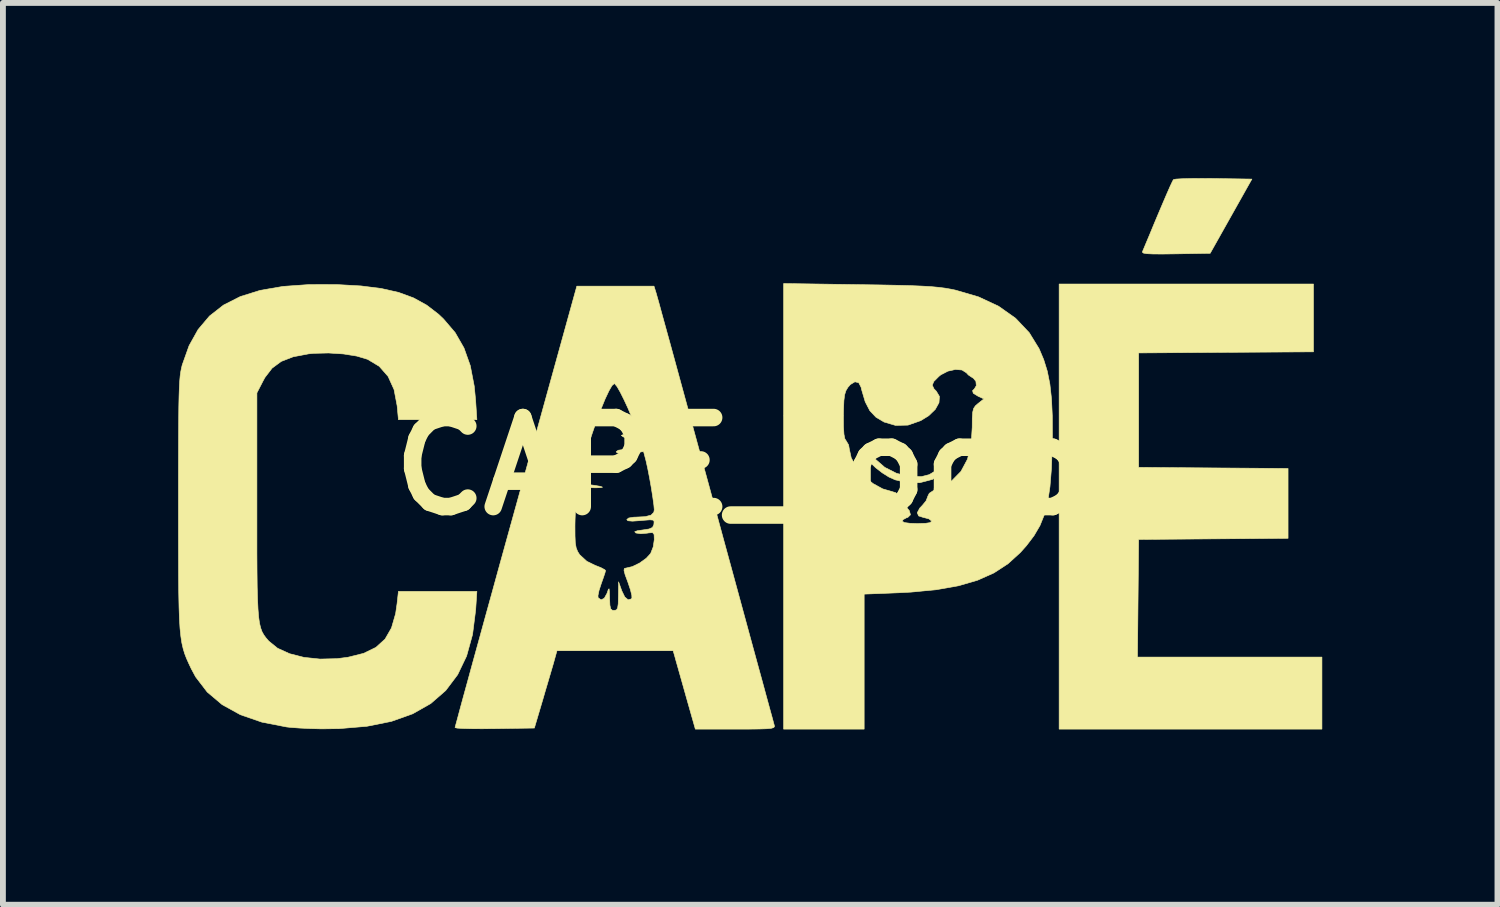
<source format=kicad_pcb>
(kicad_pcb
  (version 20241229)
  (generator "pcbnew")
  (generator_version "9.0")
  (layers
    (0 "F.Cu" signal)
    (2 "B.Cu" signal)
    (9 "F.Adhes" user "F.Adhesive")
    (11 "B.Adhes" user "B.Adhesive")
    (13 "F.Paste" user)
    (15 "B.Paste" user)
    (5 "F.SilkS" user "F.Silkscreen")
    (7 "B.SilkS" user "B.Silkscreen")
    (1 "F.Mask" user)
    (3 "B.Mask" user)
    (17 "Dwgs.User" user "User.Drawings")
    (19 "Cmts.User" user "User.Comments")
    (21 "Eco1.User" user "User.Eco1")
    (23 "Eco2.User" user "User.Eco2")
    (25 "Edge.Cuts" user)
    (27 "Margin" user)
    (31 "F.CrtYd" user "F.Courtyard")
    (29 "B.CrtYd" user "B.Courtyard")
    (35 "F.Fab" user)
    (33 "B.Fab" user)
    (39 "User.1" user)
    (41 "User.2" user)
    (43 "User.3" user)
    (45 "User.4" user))
  (footprint "CAPE_logo"
    (layer "F.Cu")
    (at 9.639 4.933)
    (property "Reference" "CAPE_logo" (at 0 0 0) (layer "F.SilkS") (effects (font (size 1.524 1.524) (thickness 0.3))))
    (attr through_hole)
    (fp_poly (pts (xy 9.797 -1.96) (xy 8.3 -1.951) (xy 6.804 -1.941) (xy 6.804 0.018) (xy 8.083 0.028) (xy 9.362 0.037) (xy 9.362 1.233) (xy 8.083 1.242) (xy 6.804 1.252) (xy 6.794 2.259) (xy 6.784 3.266) (xy 9.942 3.266) (xy 9.942 4.499) (xy 5.443 4.499) (xy 5.443 -3.121) (xy 9.797 -3.121) (xy 9.797 -1.96)) (stroke (width 0.01) (type solid)) (fill yes) (layer "F.SilkS"))
    (fp_poly (pts (xy 8.084 -4.927) (xy 8.743 -4.917) (xy 8.029 -3.647) (xy 7.44 -3.637) (xy 7.213 -3.634) (xy 7.051 -3.635) (xy 6.945 -3.64) (xy 6.887 -3.65) (xy 6.868 -3.666) (xy 6.869 -3.673) (xy 6.889 -3.72) (xy 6.932 -3.823) (xy 6.993 -3.968) (xy 7.066 -4.145) (xy 7.131 -4.3) (xy 7.212 -4.491) (xy 7.284 -4.659) (xy 7.343 -4.793) (xy 7.384 -4.88) (xy 7.4 -4.908) (xy 7.443 -4.917) (xy 7.546 -4.923) (xy 7.698 -4.927) (xy 7.887 -4.928) (xy 8.084 -4.927)) (stroke (width 0.01) (type solid)) (fill yes) (layer "F.SilkS"))
    (fp_poly (pts (xy 3.706 -0.373) (xy 3.719 -0.313) (xy 3.692 -0.217) (xy 3.635 -0.104) (xy 3.556 0.01) (xy 3.472 0.098) (xy 3.278 0.223) (xy 3.056 0.281) (xy 2.808 0.272) (xy 2.638 0.232) (xy 2.53 0.184) (xy 2.414 0.111) (xy 2.302 0.024) (xy 2.208 -0.066) (xy 2.144 -0.147) (xy 2.123 -0.206) (xy 2.131 -0.222) (xy 2.171 -0.232) (xy 2.231 -0.19) (xy 2.292 -0.126) (xy 2.458 0.018) (xy 2.659 0.12) (xy 2.874 0.174) (xy 3.085 0.176) (xy 3.218 0.143) (xy 3.373 0.05) (xy 3.51 -0.097) (xy 3.598 -0.251) (xy 3.648 -0.349) (xy 3.688 -0.381) (xy 3.706 -0.373)) (stroke (width 0.01) (type solid)) (fill yes) (layer "F.SilkS"))
    (fp_poly (pts (xy -6.917 -3.111) (xy -6.509 -3.088) (xy -6.162 -3.044) (xy -5.865 -2.977) (xy -5.609 -2.883) (xy -5.384 -2.759) (xy -5.18 -2.602) (xy -5.096 -2.522) (xy -4.897 -2.289) (xy -4.746 -2.026) (xy -4.638 -1.723) (xy -4.57 -1.371) (xy -4.547 -1.134) (xy -4.525 -0.798) (xy -5.868 -0.798) (xy -5.89 -1.035) (xy -5.943 -1.314) (xy -6.045 -1.539) (xy -6.197 -1.712) (xy -6.397 -1.832) (xy -6.581 -1.887) (xy -6.812 -1.924) (xy -7.064 -1.94) (xy -7.315 -1.934) (xy -7.408 -1.925) (xy -7.67 -1.875) (xy -7.874 -1.796) (xy -8.031 -1.68) (xy -8.153 -1.521) (xy -8.182 -1.468) (xy -8.291 -1.257) (xy -8.291 0.669) (xy -8.291 1.111) (xy -8.291 1.486) (xy -8.289 1.801) (xy -8.286 2.062) (xy -8.28 2.275) (xy -8.272 2.446) (xy -8.261 2.582) (xy -8.246 2.687) (xy -8.226 2.769) (xy -8.202 2.834) (xy -8.172 2.887) (xy -8.137 2.935) (xy -8.095 2.984) (xy -8.088 2.992) (xy -7.938 3.114) (xy -7.732 3.208) (xy -7.485 3.271) (xy -7.21 3.3) (xy -6.919 3.293) (xy -6.733 3.269) (xy -6.464 3.202) (xy -6.254 3.1) (xy -6.097 2.958) (xy -5.987 2.767) (xy -5.916 2.522) (xy -5.891 2.349) (xy -5.868 2.141) (xy -4.525 2.141) (xy -4.546 2.46) (xy -4.599 2.879) (xy -4.701 3.248) (xy -4.854 3.567) (xy -5.058 3.838) (xy -5.314 4.061) (xy -5.624 4.237) (xy -5.989 4.367) (xy -6.409 4.451) (xy -6.886 4.491) (xy -7.184 4.495) (xy -7.372 4.49) (xy -7.561 4.481) (xy -7.722 4.469) (xy -7.784 4.462) (xy -8.205 4.38) (xy -8.573 4.253) (xy -8.885 4.081) (xy -9.141 3.865) (xy -9.34 3.605) (xy -9.414 3.467) (xy -9.458 3.374) (xy -9.496 3.289) (xy -9.528 3.206) (xy -9.554 3.119) (xy -9.576 3.023) (xy -9.593 2.91) (xy -9.607 2.775) (xy -9.617 2.611) (xy -9.624 2.411) (xy -9.629 2.171) (xy -9.632 1.883) (xy -9.633 1.542) (xy -9.634 1.141) (xy -9.634 0.673) (xy -9.634 0.653) (xy -9.634 0.199) (xy -9.633 -0.188) (xy -9.632 -0.515) (xy -9.63 -0.788) (xy -9.628 -1.012) (xy -9.624 -1.194) (xy -9.619 -1.339) (xy -9.613 -1.454) (xy -9.605 -1.545) (xy -9.595 -1.618) (xy -9.583 -1.678) (xy -9.57 -1.733) (xy -9.567 -1.742) (xy -9.452 -2.065) (xy -9.298 -2.341) (xy -9.103 -2.572) (xy -8.863 -2.76) (xy -8.575 -2.906) (xy -8.236 -3.012) (xy -7.842 -3.08) (xy -7.389 -3.112) (xy -6.917 -3.111)) (stroke (width 0.01) (type solid)) (fill yes) (layer "F.SilkS"))
    (fp_poly (pts (xy 2.023 -3.11) (xy 2.377 -3.105) (xy 2.668 -3.099) (xy 2.904 -3.093) (xy 3.095 -3.085) (xy 3.251 -3.076) (xy 3.379 -3.064) (xy 3.49 -3.05) (xy 3.591 -3.032) (xy 3.665 -3.017) (xy 4.062 -2.901) (xy 4.407 -2.74) (xy 4.697 -2.535) (xy 4.931 -2.288) (xy 5.1 -2.013) (xy 5.179 -1.826) (xy 5.24 -1.629) (xy 5.284 -1.41) (xy 5.312 -1.159) (xy 5.326 -0.864) (xy 5.328 -0.513) (xy 5.324 -0.327) (xy 5.311 0.041) (xy 5.286 0.348) (xy 5.248 0.605) (xy 5.192 0.823) (xy 5.115 1.014) (xy 5.013 1.188) (xy 4.884 1.358) (xy 4.78 1.475) (xy 4.569 1.667) (xy 4.327 1.825) (xy 4.047 1.95) (xy 3.721 2.045) (xy 3.343 2.112) (xy 2.905 2.154) (xy 2.694 2.165) (xy 2.105 2.188) (xy 2.105 4.499) (xy 0.726 4.499) (xy 0.726 -0.864) (xy 1.75 -0.864) (xy 1.751 -0.677) (xy 1.759 -0.55) (xy 1.774 -0.473) (xy 1.799 -0.433) (xy 1.839 -0.366) (xy 1.851 -0.295) (xy 1.884 -0.143) (xy 1.972 0.015) (xy 2.1 0.166) (xy 2.256 0.295) (xy 2.424 0.387) (xy 2.549 0.423) (xy 2.646 0.452) (xy 2.685 0.494) (xy 2.685 0.497) (xy 2.709 0.554) (xy 2.769 0.633) (xy 2.794 0.659) (xy 2.878 0.759) (xy 2.898 0.83) (xy 2.853 0.874) (xy 2.83 0.881) (xy 2.771 0.913) (xy 2.758 0.94) (xy 2.793 0.963) (xy 2.892 0.976) (xy 3.015 0.98) (xy 3.156 0.976) (xy 3.234 0.964) (xy 3.258 0.941) (xy 3.257 0.934) (xy 3.214 0.9) (xy 3.131 0.878) (xy 3.127 0.878) (xy 3.038 0.85) (xy 3.014 0.795) (xy 3.057 0.715) (xy 3.102 0.668) (xy 3.165 0.591) (xy 3.193 0.52) (xy 3.193 0.516) (xy 3.22 0.462) (xy 3.305 0.406) (xy 3.393 0.366) (xy 3.604 0.248) (xy 3.763 0.086) (xy 3.874 -0.122) (xy 3.937 -0.38) (xy 3.955 -0.667) (xy 3.956 -0.824) (xy 3.963 -0.926) (xy 3.979 -0.99) (xy 4.009 -1.035) (xy 4.055 -1.075) (xy 4.155 -1.154) (xy 4.055 -1.2) (xy 3.973 -1.251) (xy 3.961 -1.296) (xy 3.991 -1.324) (xy 4.025 -1.381) (xy 4.018 -1.455) (xy 3.973 -1.51) (xy 3.964 -1.514) (xy 3.89 -1.563) (xy 3.855 -1.601) (xy 3.779 -1.649) (xy 3.667 -1.658) (xy 3.539 -1.629) (xy 3.417 -1.566) (xy 3.384 -1.539) (xy 3.298 -1.453) (xy 3.271 -1.389) (xy 3.3 -1.327) (xy 3.34 -1.286) (xy 3.394 -1.196) (xy 3.386 -1.089) (xy 3.323 -0.975) (xy 3.21 -0.866) (xy 3.074 -0.782) (xy 2.855 -0.705) (xy 2.643 -0.7) (xy 2.446 -0.758) (xy 2.307 -0.841) (xy 2.202 -0.952) (xy 2.123 -1.105) (xy 2.061 -1.314) (xy 2.053 -1.352) (xy 2.012 -1.431) (xy 1.947 -1.447) (xy 1.869 -1.4) (xy 1.827 -1.352) (xy 1.793 -1.295) (xy 1.771 -1.225) (xy 1.758 -1.124) (xy 1.752 -0.977) (xy 1.75 -0.864) (xy 0.726 -0.864) (xy 0.726 -3.129) (xy 2.023 -3.11)) (stroke (width 0.01) (type solid)) (fill yes) (layer "F.SilkS"))
    (fp_poly (pts (xy -1.456 -2.966) (xy -1.442 -2.916) (xy -1.409 -2.8) (xy -1.361 -2.623) (xy -1.297 -2.391) (xy -1.219 -2.109) (xy -1.129 -1.78) (xy -1.028 -1.41) (xy -0.917 -1.004) (xy -0.798 -0.567) (xy -0.671 -0.103) (xy -0.538 0.383) (xy -0.435 0.762) (xy -0.3 1.26) (xy -0.169 1.739) (xy -0.045 2.194) (xy 0.071 2.62) (xy 0.178 3.013) (xy 0.275 3.368) (xy 0.361 3.681) (xy 0.433 3.946) (xy 0.491 4.158) (xy 0.534 4.314) (xy 0.559 4.408) (xy 0.567 4.436) (xy 0.569 4.458) (xy 0.553 4.474) (xy 0.511 4.486) (xy 0.433 4.493) (xy 0.31 4.497) (xy 0.132 4.499) (xy -0.1 4.499) (xy -0.785 4.499) (xy -0.942 3.946) (xy -0.998 3.747) (xy -1.05 3.563) (xy -1.093 3.411) (xy -1.123 3.306) (xy -1.131 3.275) (xy -1.165 3.157) (xy -3.154 3.157) (xy -3.192 3.293) (xy -3.215 3.376) (xy -3.255 3.512) (xy -3.306 3.685) (xy -3.363 3.878) (xy -3.385 3.955) (xy -3.541 4.481) (xy -4.22 4.491) (xy -4.433 4.493) (xy -4.618 4.492) (xy -4.765 4.488) (xy -4.862 4.482) (xy -4.899 4.473) (xy -4.899 4.473) (xy -4.889 4.435) (xy -4.861 4.332) (xy -4.817 4.168) (xy -4.757 3.947) (xy -4.682 3.675) (xy -4.595 3.356) (xy -4.495 2.994) (xy -4.385 2.594) (xy -4.265 2.16) (xy -4.138 1.698) (xy -4.003 1.211) (xy -3.949 1.016) (xy -2.846 1.016) (xy -2.845 1.192) (xy -2.84 1.312) (xy -2.825 1.396) (xy -2.8 1.459) (xy -2.765 1.514) (xy -2.643 1.626) (xy -2.502 1.695) (xy -2.401 1.735) (xy -2.336 1.77) (xy -2.322 1.785) (xy -2.334 1.831) (xy -2.365 1.922) (xy -2.397 2.012) (xy -2.434 2.126) (xy -2.452 2.213) (xy -2.45 2.249) (xy -2.399 2.286) (xy -2.344 2.259) (xy -2.298 2.176) (xy -2.295 2.168) (xy -2.274 2.107) (xy -2.262 2.097) (xy -2.256 2.145) (xy -2.253 2.259) (xy -2.248 2.377) (xy -2.234 2.44) (xy -2.205 2.465) (xy -2.177 2.467) (xy -2.138 2.46) (xy -2.116 2.428) (xy -2.105 2.354) (xy -2.102 2.225) (xy -2.102 2.223) (xy -2.099 1.978) (xy -2.044 2.132) (xy -1.993 2.237) (xy -1.936 2.285) (xy -1.884 2.271) (xy -1.871 2.254) (xy -1.873 2.206) (xy -1.897 2.111) (xy -1.938 1.989) (xy -1.941 1.981) (xy -1.987 1.856) (xy -2.006 1.784) (xy -2.001 1.75) (xy -1.973 1.742) (xy -1.971 1.742) (xy -1.864 1.717) (xy -1.739 1.656) (xy -1.625 1.574) (xy -1.55 1.492) (xy -1.506 1.379) (xy -1.488 1.256) (xy -1.488 1.254) (xy -1.491 1.167) (xy -1.517 1.135) (xy -1.584 1.14) (xy -1.614 1.145) (xy -1.719 1.154) (xy -1.801 1.142) (xy -1.805 1.14) (xy -1.823 1.12) (xy -1.778 1.103) (xy -1.687 1.09) (xy -1.577 1.073) (xy -1.519 1.047) (xy -1.496 1.001) (xy -1.494 0.988) (xy -1.491 0.944) (xy -1.509 0.921) (xy -1.562 0.916) (xy -1.667 0.924) (xy -1.721 0.929) (xy -1.862 0.939) (xy -1.939 0.932) (xy -1.959 0.912) (xy -1.926 0.885) (xy -1.839 0.871) (xy -1.805 0.87) (xy -1.644 0.862) (xy -1.544 0.836) (xy -1.496 0.788) (xy -1.488 0.744) (xy -1.495 0.664) (xy -1.513 0.534) (xy -1.538 0.373) (xy -1.568 0.203) (xy -1.599 0.044) (xy -1.627 -0.084) (xy -1.635 -0.116) (xy -1.671 -0.251) (xy -1.906 -0.229) (xy -2.046 -0.221) (xy -2.122 -0.229) (xy -2.141 -0.249) (xy -2.106 -0.275) (xy -2.009 -0.289) (xy -1.94 -0.29) (xy -1.81 -0.297) (xy -1.739 -0.32) (xy -1.718 -0.345) (xy -1.72 -0.421) (xy -1.774 -0.476) (xy -1.857 -0.489) (xy -1.87 -0.486) (xy -1.965 -0.485) (xy -2.02 -0.504) (xy -2.052 -0.529) (xy -2.028 -0.54) (xy -1.952 -0.543) (xy -1.86 -0.552) (xy -1.803 -0.571) (xy -1.799 -0.576) (xy -1.801 -0.626) (xy -1.83 -0.723) (xy -1.879 -0.852) (xy -1.939 -0.996) (xy -2.006 -1.14) (xy -2.07 -1.268) (xy -2.125 -1.364) (xy -2.165 -1.412) (xy -2.173 -1.415) (xy -2.212 -1.382) (xy -2.265 -1.29) (xy -2.33 -1.152) (xy -2.401 -0.978) (xy -2.475 -0.781) (xy -2.548 -0.572) (xy -2.616 -0.363) (xy -2.675 -0.165) (xy -2.721 0.01) (xy -2.749 0.15) (xy -2.757 0.244) (xy -2.748 0.276) (xy -2.702 0.293) (xy -2.606 0.313) (xy -2.514 0.326) (xy -2.41 0.343) (xy -2.374 0.357) (xy -2.403 0.365) (xy -2.493 0.368) (xy -2.619 0.364) (xy -2.79 0.357) (xy -2.816 0.496) (xy -2.828 0.592) (xy -2.837 0.737) (xy -2.844 0.909) (xy -2.846 1.016) (xy -3.949 1.016) (xy -3.863 0.705) (xy -3.856 0.681) (xy -2.814 -3.084) (xy -1.493 -3.084) (xy -1.456 -2.966)) (stroke (width 0.01) (type solid)) (fill yes) (layer "F.SilkS")))
  (gr_rect
    (start -3 -3)
    (end 22.586 12.438)
    (stroke (width 0.1) (type default))
    (fill no)
    (layer "Edge.Cuts")))
</source>
